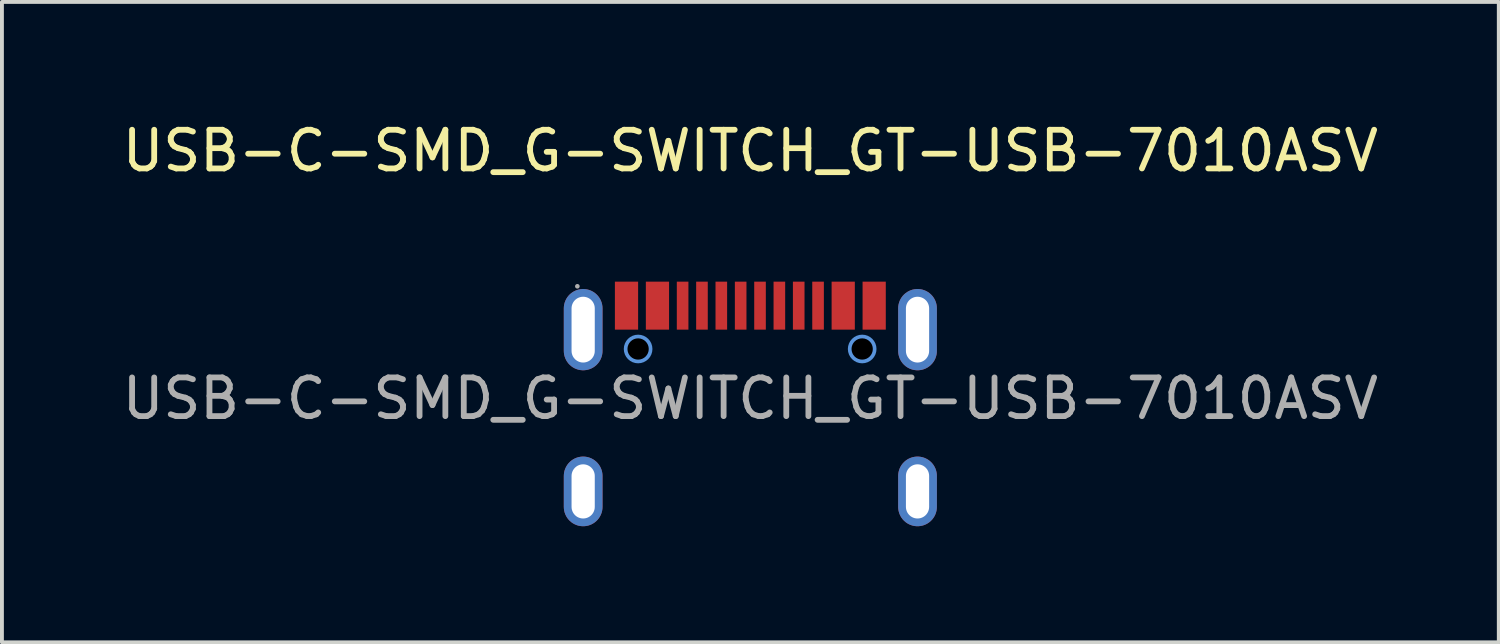
<source format=kicad_pcb>
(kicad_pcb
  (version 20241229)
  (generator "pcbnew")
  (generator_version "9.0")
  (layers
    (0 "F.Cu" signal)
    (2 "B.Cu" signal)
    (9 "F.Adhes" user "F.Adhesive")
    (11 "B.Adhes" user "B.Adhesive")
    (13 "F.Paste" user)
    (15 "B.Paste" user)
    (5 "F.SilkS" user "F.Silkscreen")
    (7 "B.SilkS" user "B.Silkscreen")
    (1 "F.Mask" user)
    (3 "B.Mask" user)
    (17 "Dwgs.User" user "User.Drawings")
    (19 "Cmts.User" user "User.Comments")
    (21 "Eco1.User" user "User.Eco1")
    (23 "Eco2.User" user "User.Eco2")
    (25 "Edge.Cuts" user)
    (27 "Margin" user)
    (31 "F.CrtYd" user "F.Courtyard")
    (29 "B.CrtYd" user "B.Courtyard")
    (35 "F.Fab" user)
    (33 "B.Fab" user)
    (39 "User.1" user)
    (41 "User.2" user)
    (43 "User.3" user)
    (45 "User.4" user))
  (footprint "USB-C-SMD_G-SWITCH_GT-USB-7010ASV"
    (layer "F.Cu")
    (at 16.339 7.248)
    (property "Reference" "USB-C-SMD_G-SWITCH_GT-USB-7010ASV" (at 0 -6.4 0) (layer "F.SilkS") (effects (font (size 1 1) (thickness 0.15))))
    (attr smd)
    (fp_circle (center -2.9 -1.28) (end -2.78 -1.28) (stroke (width 0.25) (type solid)) (fill no) (layer "Cmts.User"))
    (fp_circle (center 2.89 -1.28) (end 3.01 -1.28) (stroke (width 0.25) (type solid)) (fill no) (layer "Cmts.User"))
    (fp_circle (center -4.47 -2.9) (end -4.44 -2.9) (stroke (width 0.06) (type solid)) (fill no) (layer "F.Fab"))
    (fp_text user "${REFERENCE}" (at 0 0 0) (layer "F.Fab") (effects (font (size 1 1) (thickness 0.15))))
    (pad "" np_thru_hole circle (at -2.9 -1.28) (size 0.65 0.65) (drill 0.55) (layers "*.Mask"))
    (pad "" np_thru_hole circle (at 2.89 -1.28) (size 0.65 0.65) (drill 0.55) (layers "*.Mask"))
    (pad "1" thru_hole oval (at -4.32 -1.78) (size 1 2.1) (drill oval 0.6 1.7) (layers "*.Cu" "*.Mask"))
    (pad "2" thru_hole oval (at 4.32 -1.78) (size 1 2.1) (drill oval 0.6 1.7) (layers "*.Cu" "*.Mask"))
    (pad "3" thru_hole oval (at 4.32 2.4) (size 1 1.8) (drill oval 0.6 1.4) (layers "*.Cu" "*.Mask"))
    (pad "4" thru_hole oval (at -4.32 2.4) (size 1 1.8) (drill oval 0.6 1.4) (layers "*.Cu" "*.Mask"))
    (pad "A1B12" smd rect (at -3.2 -2.4) (size 0.6 1.24) (layers "F.Cu" "F.Mask" "F.Paste"))
    (pad "A4B9" smd rect (at -2.4 -2.4) (size 0.6 1.24) (layers "F.Cu" "F.Mask" "F.Paste"))
    (pad "A5" smd rect (at -1.25 -2.4) (size 0.3 1.24) (layers "F.Cu" "F.Mask" "F.Paste"))
    (pad "A6" smd rect (at -0.25 -2.4) (size 0.3 1.24) (layers "F.Cu" "F.Mask" "F.Paste"))
    (pad "A7" smd rect (at 0.25 -2.4) (size 0.3 1.24) (layers "F.Cu" "F.Mask" "F.Paste"))
    (pad "A8" smd rect (at 1.25 -2.4) (size 0.3 1.24) (layers "F.Cu" "F.Mask" "F.Paste"))
    (pad "B1A12" smd rect (at 3.2 -2.4) (size 0.6 1.24) (layers "F.Cu" "F.Mask" "F.Paste"))
    (pad "B4A9" smd rect (at 2.4 -2.4) (size 0.6 1.24) (layers "F.Cu" "F.Mask" "F.Paste"))
    (pad "B5" smd rect (at 1.75 -2.4) (size 0.3 1.24) (layers "F.Cu" "F.Mask" "F.Paste"))
    (pad "B6" smd rect (at 0.75 -2.4) (size 0.3 1.24) (layers "F.Cu" "F.Mask" "F.Paste"))
    (pad "B7" smd rect (at -0.75 -2.4) (size 0.3 1.24) (layers "F.Cu" "F.Mask" "F.Paste"))
    (pad "B8" smd rect (at -1.75 -2.4) (size 0.3 1.24) (layers "F.Cu" "F.Mask" "F.Paste")))
  (gr_rect
    (start -3 -3)
    (end 35.679 13.548)
    (stroke (width 0.1) (type default))
    (fill no)
    (layer "Edge.Cuts")))
</source>
